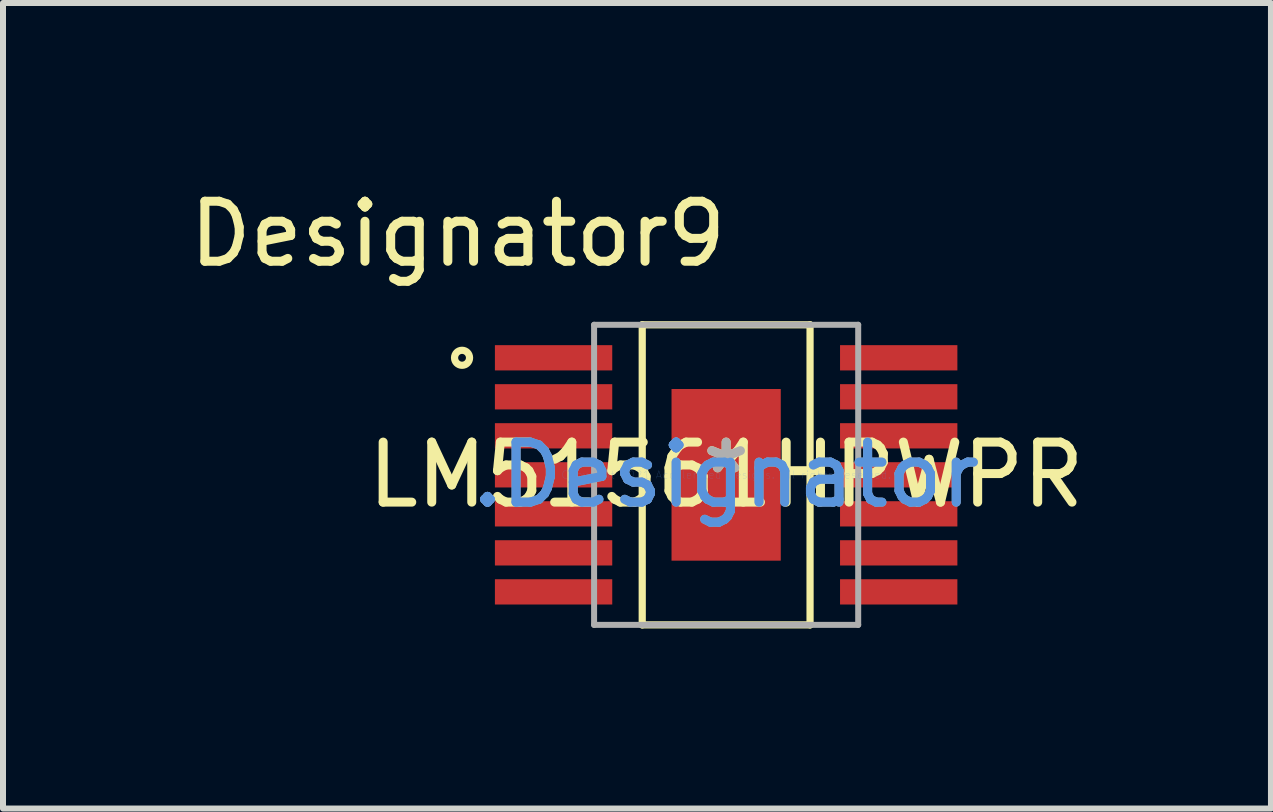
<source format=kicad_pcb>
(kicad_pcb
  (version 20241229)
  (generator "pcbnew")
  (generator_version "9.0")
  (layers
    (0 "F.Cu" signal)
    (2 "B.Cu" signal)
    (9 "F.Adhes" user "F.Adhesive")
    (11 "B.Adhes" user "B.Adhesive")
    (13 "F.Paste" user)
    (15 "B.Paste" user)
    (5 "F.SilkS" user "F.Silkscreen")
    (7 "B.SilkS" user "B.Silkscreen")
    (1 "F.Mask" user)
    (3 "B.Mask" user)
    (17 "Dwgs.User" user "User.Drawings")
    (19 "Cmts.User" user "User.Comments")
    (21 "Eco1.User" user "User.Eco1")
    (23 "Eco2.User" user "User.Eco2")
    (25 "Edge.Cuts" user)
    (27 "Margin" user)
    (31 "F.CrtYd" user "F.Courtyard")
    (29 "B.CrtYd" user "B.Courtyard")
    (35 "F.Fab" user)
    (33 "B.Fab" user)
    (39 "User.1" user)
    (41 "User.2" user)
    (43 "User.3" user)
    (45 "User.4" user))
  (footprint "LM51561HPWPR"
    (layer "F.Cu")
    (at 9.048 4.861)
    (property "Reference" "LM51561HPWPR" (at 0 0 0) (layer "F.SilkS") (effects (font (size 1 1) (thickness 0.15))))
    (attr through_hole)
    (fp_line (start -1.398 -2.5) (end 1.398 -2.5) (stroke (width 0.12) (type solid)) (layer "F.SilkS"))
    (fp_line (start -1.398 2.5) (end -1.398 -2.5) (stroke (width 0.12) (type solid)) (layer "F.SilkS"))
    (fp_line (start -1.398 2.5) (end 1.398 2.5) (stroke (width 0.12) (type solid)) (layer "F.SilkS"))
    (fp_line (start 1.398 2.5) (end 1.398 -2.5) (stroke (width 0.12) (type solid)) (layer "F.SilkS"))
    (fp_circle (center -4.4 -1.95) (end -4.275 -1.95) (stroke (width 0.12) (type solid)) (fill no) (layer "F.SilkS"))
    (fp_poly (pts (xy -0.507 1.027) (xy 0.507 1.027) (xy 0.507 -1.027) (xy -0.507 -1.027)) (stroke (width 0.1) (type solid)) (fill yes) (layer "F.Paste"))
    (fp_line (start -2.2 -2.5) (end 2.2 -2.5) (stroke (width 0.1) (type solid)) (layer "F.Fab"))
    (fp_line (start -2.2 2.5) (end -2.2 -2.5) (stroke (width 0.1) (type solid)) (layer "F.Fab"))
    (fp_line (start -2.2 2.5) (end 2.2 2.5) (stroke (width 0.1) (type solid)) (layer "F.Fab"))
    (fp_line (start 2.2 2.5) (end 2.2 -2.5) (stroke (width 0.1) (type solid)) (layer "F.Fab"))
    (fp_text user "*" (at 0 0 0) (layer "F.SilkS") (effects (font (size 1 1) (thickness 0.15))))
    (fp_text user "Designator9" (at -4.47 -4.013 0) (layer "F.SilkS") (effects (font (size 1 1) (thickness 0.15))))
    (fp_text user "Copyright 2021 Accelerated Designs. All rights reserved." (at 0 0 0) (layer "Cmts.User") (effects (font (size 0.127 0.127) (thickness 0.002))))
    (fp_text user ".Designator" (at 0 0 0) (layer "Cmts.User") (effects (font (size 1 1) (thickness 0.15))))
    (fp_text user "*" (at 0 0 0) (layer "F.Fab") (effects (font (size 1 1) (thickness 0.15))))
    (fp_text user ".Designator" (at 0 0 0) (layer "F.Fab") (effects (font (size 1 1) (thickness 0.15))))
    (pad "1" smd rect (at -2.875 -1.95) (size 1.955 0.421) (layers "F.Cu" "F.Mask" "F.Paste"))
    (pad "2" smd rect (at -2.875 -1.3) (size 1.955 0.421) (layers "F.Cu" "F.Mask" "F.Paste"))
    (pad "3" smd rect (at -2.875 -0.65) (size 1.955 0.421) (layers "F.Cu" "F.Mask" "F.Paste"))
    (pad "4" smd rect (at -2.875 0) (size 1.955 0.421) (layers "F.Cu" "F.Mask" "F.Paste"))
    (pad "5" smd rect (at -2.875 0.65) (size 1.955 0.421) (layers "F.Cu" "F.Mask" "F.Paste"))
    (pad "6" smd rect (at -2.875 1.3) (size 1.955 0.421) (layers "F.Cu" "F.Mask" "F.Paste"))
    (pad "7" smd rect (at -2.875 1.95) (size 1.955 0.421) (layers "F.Cu" "F.Mask" "F.Paste"))
    (pad "8" smd rect (at 2.875 1.95) (size 1.955 0.421) (layers "F.Cu" "F.Mask" "F.Paste"))
    (pad "9" smd rect (at 2.875 1.3) (size 1.955 0.421) (layers "F.Cu" "F.Mask" "F.Paste"))
    (pad "10" smd rect (at 2.875 0.65) (size 1.955 0.421) (layers "F.Cu" "F.Mask" "F.Paste"))
    (pad "11" smd rect (at 2.875 0) (size 1.955 0.421) (layers "F.Cu" "F.Mask" "F.Paste"))
    (pad "12" smd rect (at 2.875 -0.65) (size 1.955 0.421) (layers "F.Cu" "F.Mask" "F.Paste"))
    (pad "13" smd rect (at 2.875 -1.3) (size 1.955 0.421) (layers "F.Cu" "F.Mask" "F.Paste"))
    (pad "14" smd rect (at 2.875 -1.95) (size 1.955 0.421) (layers "F.Cu" "F.Mask" "F.Paste"))
    (pad "15" smd rect (at 0 0) (size 1.82 2.86) (layers "F.Cu" "F.Mask")))
  (gr_rect
    (start -3 -3)
    (end 18.125 10.421)
    (stroke (width 0.1) (type default))
    (fill no)
    (layer "Edge.Cuts")))
</source>
